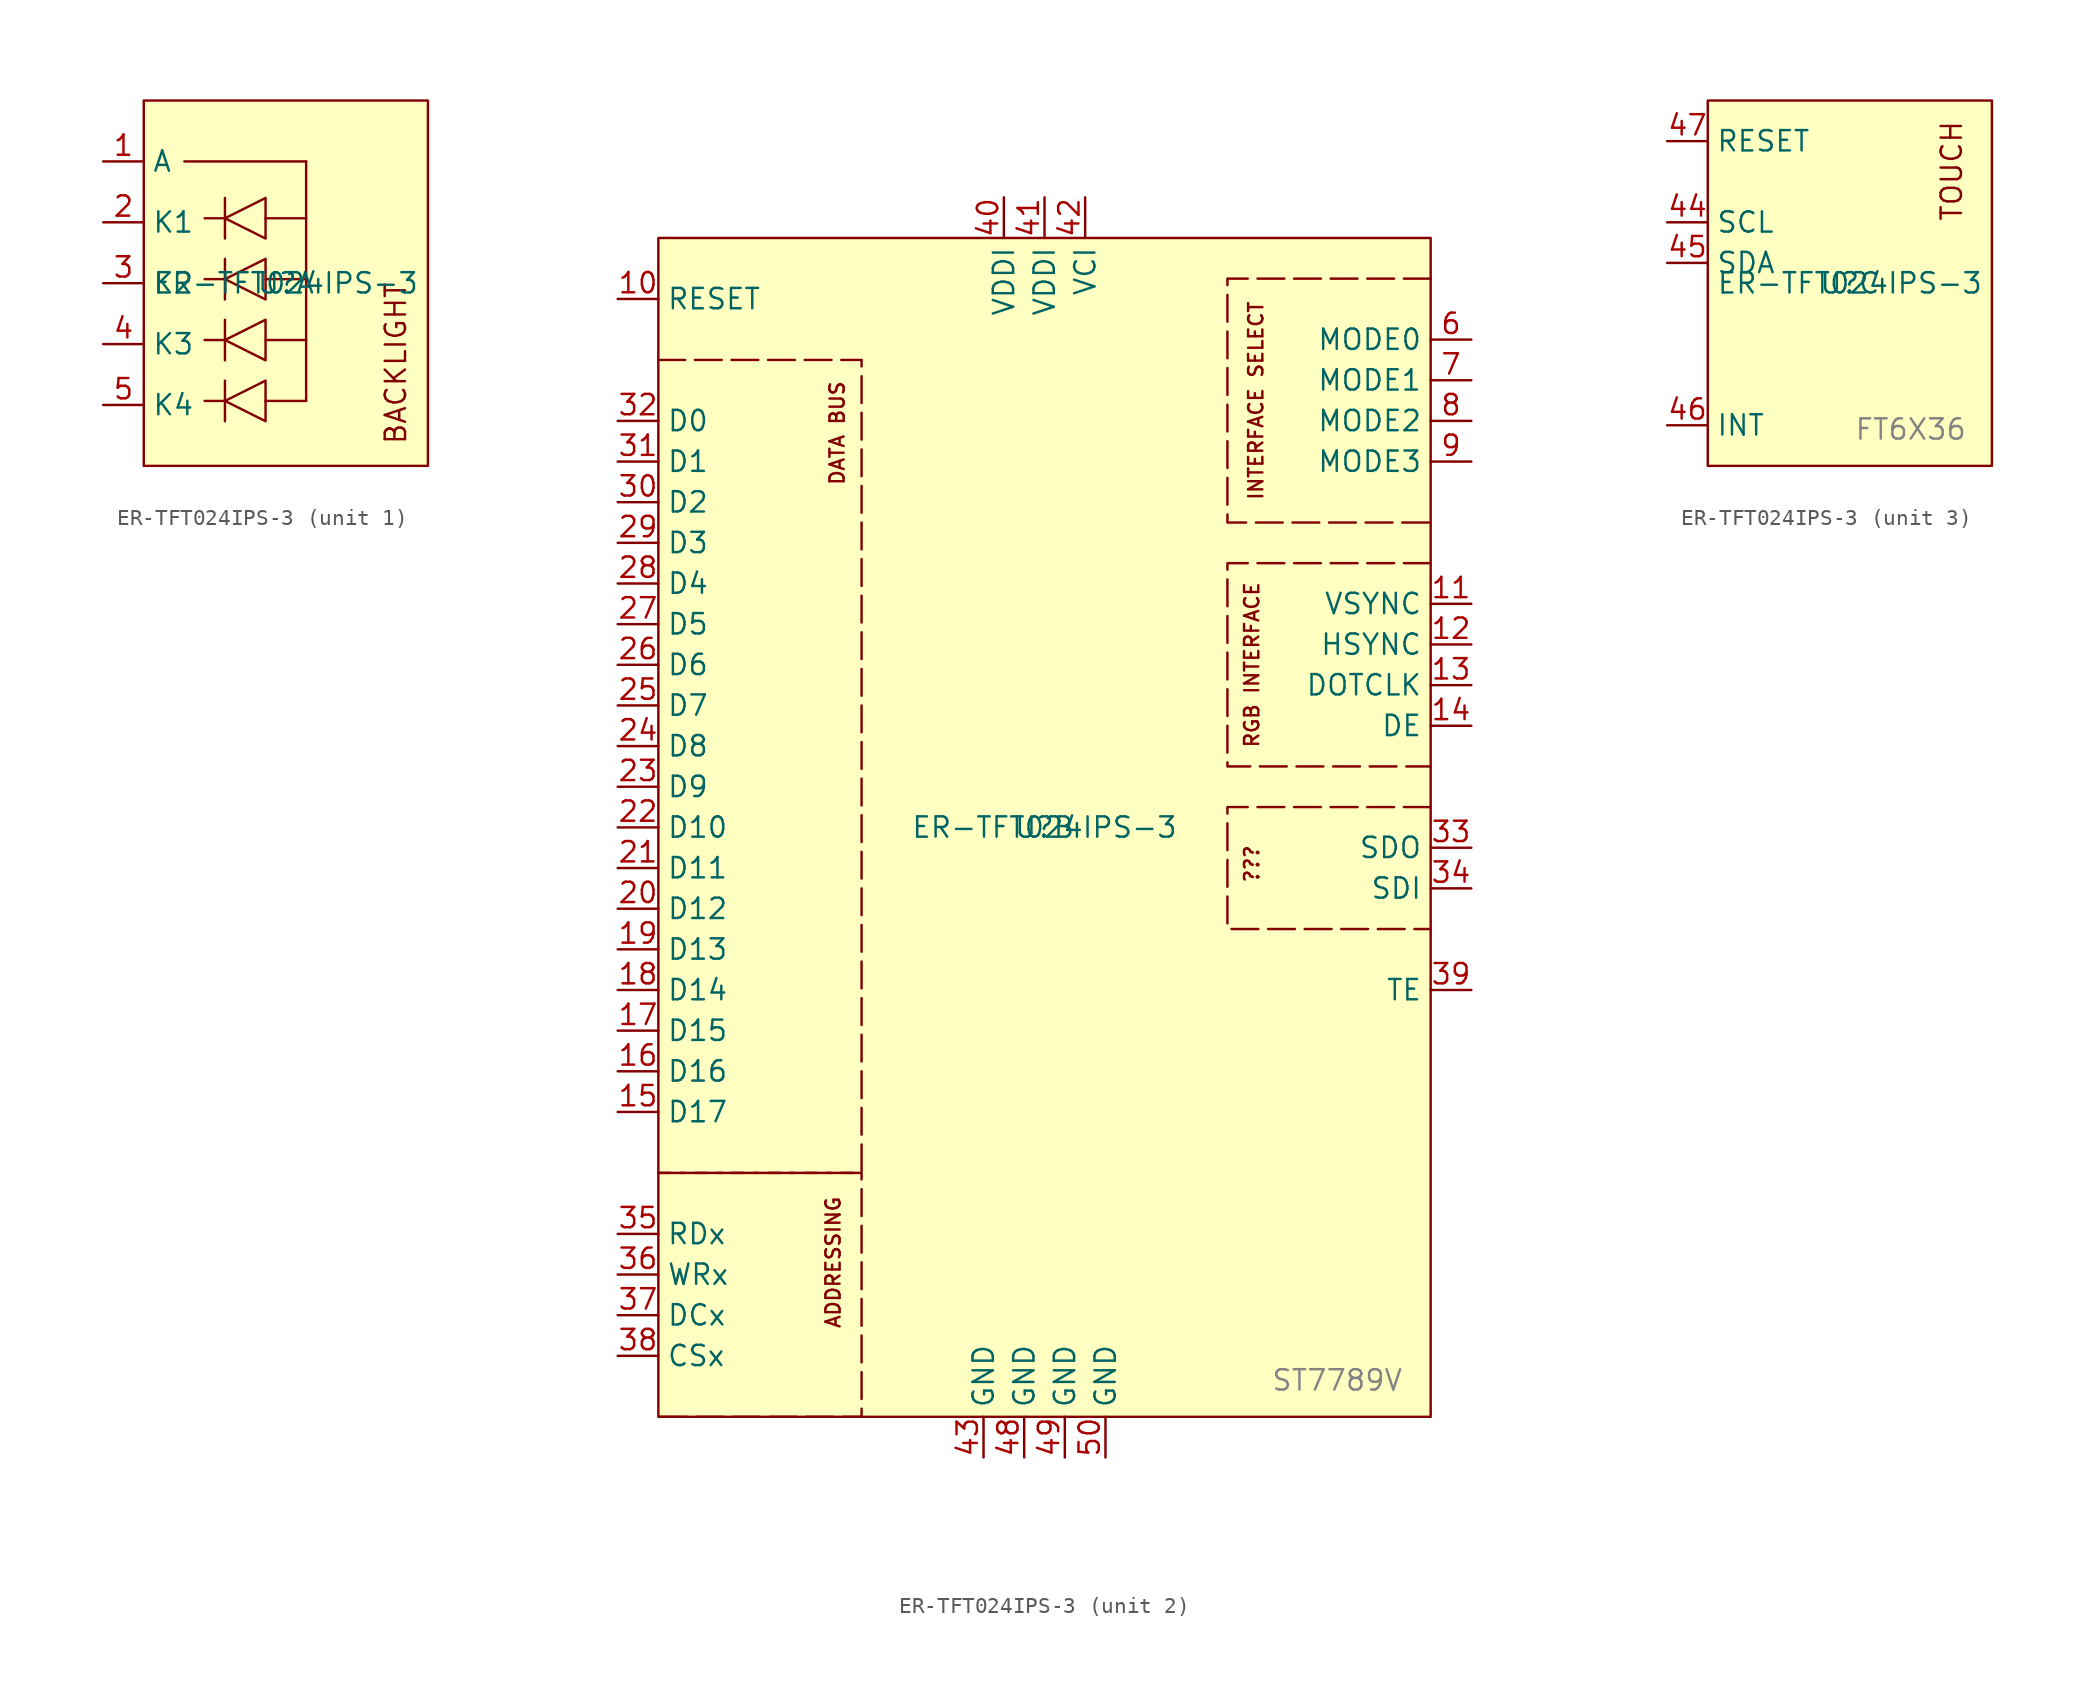
<source format=kicad_sym>
(kicad_symbol_lib
  (version 20241209)
  (generator "kicad_symbol_editor")
  (generator_version "9.0")
  (symbol "ER-TFT024IPS-3"
    (property "Reference" "U"
      (at 0 0 0)
      (effects (font (size 1.27 1.27))))
    (property "Value" "ER-TFT024IPS-3"
      (at 0 0 0)
      (effects (font (size 1.27 1.27))))
    (property "ki_locked" ""
      (at 0 0 0)
      (effects (font (size 1.27 1.27))))
    (symbol "ER-TFT024IPS-3_1_1"
      (rectangle (start -8.89 11.43) (end 8.89 -11.43) (stroke (width 0) (type solid)) (fill (type background)))
      (polyline (pts (xy -6.35 7.62) (xy 1.27 7.62)) (stroke (width 0) (type default)) (fill (type none)))
      (polyline (pts (xy -5.08 4.064) (xy -3.81 4.064)) (stroke (width 0) (type default)) (fill (type none)))
      (polyline (pts (xy -5.08 0.254) (xy -3.81 0.254)) (stroke (width 0) (type default)) (fill (type none)))
      (polyline (pts (xy -5.08 -3.556) (xy -3.81 -3.556)) (stroke (width 0) (type default)) (fill (type none)))
      (polyline (pts (xy -3.81 2.794) (xy -3.81 5.334)) (stroke (width 0) (type default)) (fill (type none)))
      (polyline (pts (xy -3.81 -1.016) (xy -3.81 1.524)) (stroke (width 0) (type default)) (fill (type none)))
      (polyline (pts (xy -3.81 -4.826) (xy -3.81 -2.286)) (stroke (width 0) (type default)) (fill (type none)))
      (polyline (pts (xy -3.81 -7.366) (xy -5.08 -7.366)) (stroke (width 0) (type default)) (fill (type none)))
      (polyline (pts (xy -3.81 -8.636) (xy -3.81 -6.096)) (stroke (width 0) (type default)) (fill (type none)))
      (polyline (pts (xy -1.27 2.794) (xy -1.27 5.334) (xy -3.81 4.064) (xy -1.27 2.794)) (stroke (width 0) (type default)) (fill (type none)))
      (polyline (pts (xy -1.27 -1.016) (xy -1.27 1.524) (xy -3.81 0.254) (xy -1.27 -1.016)) (stroke (width 0) (type default)) (fill (type none)))
      (polyline (pts (xy -1.27 -4.826) (xy -1.27 -2.286) (xy -3.81 -3.556) (xy -1.27 -4.826)) (stroke (width 0) (type default)) (fill (type none)))
      (polyline (pts (xy -1.27 -8.636) (xy -1.27 -6.096) (xy -3.81 -7.366) (xy -1.27 -8.636)) (stroke (width 0) (type default)) (fill (type none)))
      (polyline (pts (xy 1.27 7.62) (xy 1.27 -7.366)) (stroke (width 0) (type default)) (fill (type none)))
      (polyline (pts (xy 1.27 4.064) (xy -1.27 4.064)) (stroke (width 0) (type default)) (fill (type none)))
      (polyline (pts (xy 1.27 0.254) (xy -1.27 0.254)) (stroke (width 0) (type default)) (fill (type none)))
      (polyline (pts (xy 1.27 -3.556) (xy -1.27 -3.556)) (stroke (width 0) (type default)) (fill (type none)))
      (polyline (pts (xy 1.27 -7.366) (xy -1.27 -7.366)) (stroke (width 0) (type default)) (fill (type none)))
      (text "BACKLIGHT" (at 7.62 -10.16 900) (effects (font (size 1.27 1.27)) (justify left bottom)))
      (pin input line (at -11.43 7.62 0) (length 2.54) (name "A" (effects (font (size 1.27 1.27)))) (number "1" (effects (font (size 1.27 1.27)))))
      (pin input line (at -11.43 3.81 0) (length 2.54) (name "K1" (effects (font (size 1.27 1.27)))) (number "2" (effects (font (size 1.27 1.27)))))
      (pin input line (at -11.43 0 0) (length 2.54) (name "K2" (effects (font (size 1.27 1.27)))) (number "3" (effects (font (size 1.27 1.27)))))
      (pin input line (at -11.43 -3.81 0) (length 2.54) (name "K3" (effects (font (size 1.27 1.27)))) (number "4" (effects (font (size 1.27 1.27)))))
      (pin input line (at -11.43 -7.62 0) (length 2.54) (name "K4" (effects (font (size 1.27 1.27)))) (number "5" (effects (font (size 1.27 1.27))))))
    (symbol "ER-TFT024IPS-3_2_1"
      (rectangle (start -24.13 36.83) (end 24.13 -36.83) (stroke (width 0) (type solid)) (fill (type background)))
      (polyline (pts (xy -24.13 29.21) (xy -11.43 29.21) (xy -11.43 -21.59) (xy -24.13 -21.59)) (stroke (width 0) (type dash)) (fill (type none)))
      (polyline (pts (xy -24.13 -21.59) (xy -11.43 -21.59) (xy -11.43 -36.83) (xy -24.13 -36.83)) (stroke (width 0) (type dash)) (fill (type none)))
      (polyline (pts (xy 24.13 34.29) (xy 11.43 34.29) (xy 11.43 19.05) (xy 24.13 19.05)) (stroke (width 0) (type dash)) (fill (type none)))
      (polyline (pts (xy 24.13 16.51) (xy 11.43 16.51) (xy 11.43 3.81) (xy 24.13 3.81)) (stroke (width 0) (type dash)) (fill (type none)))
      (polyline (pts (xy 24.13 1.27) (xy 11.43 1.27) (xy 11.43 -6.35) (xy 24.13 -6.35)) (stroke (width 0) (type dash)) (fill (type none)))
      (text "ADDRESSING" (at -13.208 -27.178 900) (effects (font (size 0.889 0.889))))
      (text "DATA BUS" (at -12.954 24.638 900) (effects (font (size 0.889 0.889))))
      (text "RGB INTERFACE" (at 12.954 10.16 900) (effects (font (size 0.889 0.889))))
      (text "???" (at 12.954 -2.286 900) (effects (font (size 0.889 0.889))))
      (text "INTERFACE SELECT" (at 13.208 26.67 900) (effects (font (size 0.889 0.889))))
      (text "ST7789V" (at 18.288 -34.544 0) (effects (font (size 1.27 1.27) (color 132 132 132 1))))
      (pin input line (at -26.67 33.02 0) (length 2.54) (name "RESET" (effects (font (size 1.27 1.27)))) (number "10" (effects (font (size 1.27 1.27)))))
      (pin input line (at -26.67 25.4 0) (length 2.54) (name "D0" (effects (font (size 1.27 1.27)))) (number "32" (effects (font (size 1.27 1.27)))))
      (pin input line (at -26.67 22.86 0) (length 2.54) (name "D1" (effects (font (size 1.27 1.27)))) (number "31" (effects (font (size 1.27 1.27)))))
      (pin input line (at -26.67 20.32 0) (length 2.54) (name "D2" (effects (font (size 1.27 1.27)))) (number "30" (effects (font (size 1.27 1.27)))))
      (pin input line (at -26.67 17.78 0) (length 2.54) (name "D3" (effects (font (size 1.27 1.27)))) (number "29" (effects (font (size 1.27 1.27)))))
      (pin input line (at -26.67 15.24 0) (length 2.54) (name "D4" (effects (font (size 1.27 1.27)))) (number "28" (effects (font (size 1.27 1.27)))))
      (pin input line (at -26.67 12.7 0) (length 2.54) (name "D5" (effects (font (size 1.27 1.27)))) (number "27" (effects (font (size 1.27 1.27)))))
      (pin input line (at -26.67 10.16 0) (length 2.54) (name "D6" (effects (font (size 1.27 1.27)))) (number "26" (effects (font (size 1.27 1.27)))))
      (pin input line (at -26.67 7.62 0) (length 2.54) (name "D7" (effects (font (size 1.27 1.27)))) (number "25" (effects (font (size 1.27 1.27)))))
      (pin input line (at -26.67 5.08 0) (length 2.54) (name "D8" (effects (font (size 1.27 1.27)))) (number "24" (effects (font (size 1.27 1.27)))))
      (pin input line (at -26.67 2.54 0) (length 2.54) (name "D9" (effects (font (size 1.27 1.27)))) (number "23" (effects (font (size 1.27 1.27)))))
      (pin input line (at -26.67 0 0) (length 2.54) (name "D10" (effects (font (size 1.27 1.27)))) (number "22" (effects (font (size 1.27 1.27)))))
      (pin input line (at -26.67 -2.54 0) (length 2.54) (name "D11" (effects (font (size 1.27 1.27)))) (number "21" (effects (font (size 1.27 1.27)))))
      (pin input line (at -26.67 -5.08 0) (length 2.54) (name "D12" (effects (font (size 1.27 1.27)))) (number "20" (effects (font (size 1.27 1.27)))))
      (pin input line (at -26.67 -7.62 0) (length 2.54) (name "D13" (effects (font (size 1.27 1.27)))) (number "19" (effects (font (size 1.27 1.27)))))
      (pin input line (at -26.67 -10.16 0) (length 2.54) (name "D14" (effects (font (size 1.27 1.27)))) (number "18" (effects (font (size 1.27 1.27)))))
      (pin input line (at -26.67 -12.7 0) (length 2.54) (name "D15" (effects (font (size 1.27 1.27)))) (number "17" (effects (font (size 1.27 1.27)))))
      (pin input line (at -26.67 -15.24 0) (length 2.54) (name "D16" (effects (font (size 1.27 1.27)))) (number "16" (effects (font (size 1.27 1.27)))))
      (pin input line (at -26.67 -17.78 0) (length 2.54) (name "D17" (effects (font (size 1.27 1.27)))) (number "15" (effects (font (size 1.27 1.27)))))
      (pin input line (at -26.67 -25.4 0) (length 2.54) (name "RDx" (effects (font (size 1.27 1.27)))) (number "35" (effects (font (size 1.27 1.27)))))
      (pin input line (at -26.67 -27.94 0) (length 2.54) (name "WRx" (effects (font (size 1.27 1.27)))) (number "36" (effects (font (size 1.27 1.27)))))
      (pin input line (at -26.67 -30.48 0) (length 2.54) (name "DCx" (effects (font (size 1.27 1.27)))) (number "37" (effects (font (size 1.27 1.27)))))
      (pin input line (at -26.67 -33.02 0) (length 2.54) (name "CSx" (effects (font (size 1.27 1.27)))) (number "38" (effects (font (size 1.27 1.27)))))
      (pin input line (at -3.81 -39.37 90) (length 2.54) (name "GND" (effects (font (size 1.27 1.27)))) (number "43" (effects (font (size 1.27 1.27)))))
      (pin input line (at -2.54 39.37 270) (length 2.54) (name "VDDI" (effects (font (size 1.27 1.27)))) (number "40" (effects (font (size 1.27 1.27)))))
      (pin input line (at -1.27 -39.37 90) (length 2.54) (name "GND" (effects (font (size 1.27 1.27)))) (number "48" (effects (font (size 1.27 1.27)))))
      (pin input line (at 0 39.37 270) (length 2.54) (name "VDDI" (effects (font (size 1.27 1.27)))) (number "41" (effects (font (size 1.27 1.27)))))
      (pin input line (at 1.27 -39.37 90) (length 2.54) (name "GND" (effects (font (size 1.27 1.27)))) (number "49" (effects (font (size 1.27 1.27)))))
      (pin input line (at 2.54 39.37 270) (length 2.54) (name "VCI" (effects (font (size 1.27 1.27)))) (number "42" (effects (font (size 1.27 1.27)))))
      (pin input line (at 3.81 -39.37 90) (length 2.54) (name "GND" (effects (font (size 1.27 1.27)))) (number "50" (effects (font (size 1.27 1.27)))))
      (pin input line (at 26.67 30.48 180) (length 2.54) (name "MODE0" (effects (font (size 1.27 1.27)))) (number "6" (effects (font (size 1.27 1.27)))))
      (pin input line (at 26.67 27.94 180) (length 2.54) (name "MODE1" (effects (font (size 1.27 1.27)))) (number "7" (effects (font (size 1.27 1.27)))))
      (pin input line (at 26.67 25.4 180) (length 2.54) (name "MODE2" (effects (font (size 1.27 1.27)))) (number "8" (effects (font (size 1.27 1.27)))))
      (pin input line (at 26.67 22.86 180) (length 2.54) (name "MODE3" (effects (font (size 1.27 1.27)))) (number "9" (effects (font (size 1.27 1.27)))))
      (pin input line (at 26.67 13.97 180) (length 2.54) (name "VSYNC" (effects (font (size 1.27 1.27)))) (number "11" (effects (font (size 1.27 1.27)))))
      (pin input line (at 26.67 11.43 180) (length 2.54) (name "HSYNC" (effects (font (size 1.27 1.27)))) (number "12" (effects (font (size 1.27 1.27)))))
      (pin input line (at 26.67 8.89 180) (length 2.54) (name "DOTCLK" (effects (font (size 1.27 1.27)))) (number "13" (effects (font (size 1.27 1.27)))))
      (pin input line (at 26.67 6.35 180) (length 2.54) (name "DE" (effects (font (size 1.27 1.27)))) (number "14" (effects (font (size 1.27 1.27)))))
      (pin input line (at 26.67 -1.27 180) (length 2.54) (name "SDO" (effects (font (size 1.27 1.27)))) (number "33" (effects (font (size 1.27 1.27)))))
      (pin input line (at 26.67 -3.81 180) (length 2.54) (name "SDI" (effects (font (size 1.27 1.27)))) (number "34" (effects (font (size 1.27 1.27)))))
      (pin input line (at 26.67 -10.16 180) (length 2.54) (name "TE" (effects (font (size 1.27 1.27)))) (number "39" (effects (font (size 1.27 1.27))))))
    (symbol "ER-TFT024IPS-3_3_1"
      (rectangle (start -8.89 11.43) (end 8.89 -11.43) (stroke (width 0) (type solid)) (fill (type background)))
      (text "FT6X36" (at 3.81 -9.144 0) (effects (font (size 1.27 1.27) (color 132 132 132 1))))
      (text "TOUCH" (at 7.112 3.81 900) (effects (font (size 1.27 1.27)) (justify left bottom)))
      (pin input line (at -11.43 8.89 0) (length 2.54) (name "RESET" (effects (font (size 1.27 1.27)))) (number "47" (effects (font (size 1.27 1.27)))))
      (pin input line (at -11.43 3.81 0) (length 2.54) (name "SCL" (effects (font (size 1.27 1.27)))) (number "44" (effects (font (size 1.27 1.27)))))
      (pin input line (at -11.43 1.27 0) (length 2.54) (name "SDA" (effects (font (size 1.27 1.27)))) (number "45" (effects (font (size 1.27 1.27)))))
      (pin input line (at -11.43 -8.89 0) (length 2.54) (name "INT" (effects (font (size 1.27 1.27)))) (number "46" (effects (font (size 1.27 1.27))))))))
</source>
